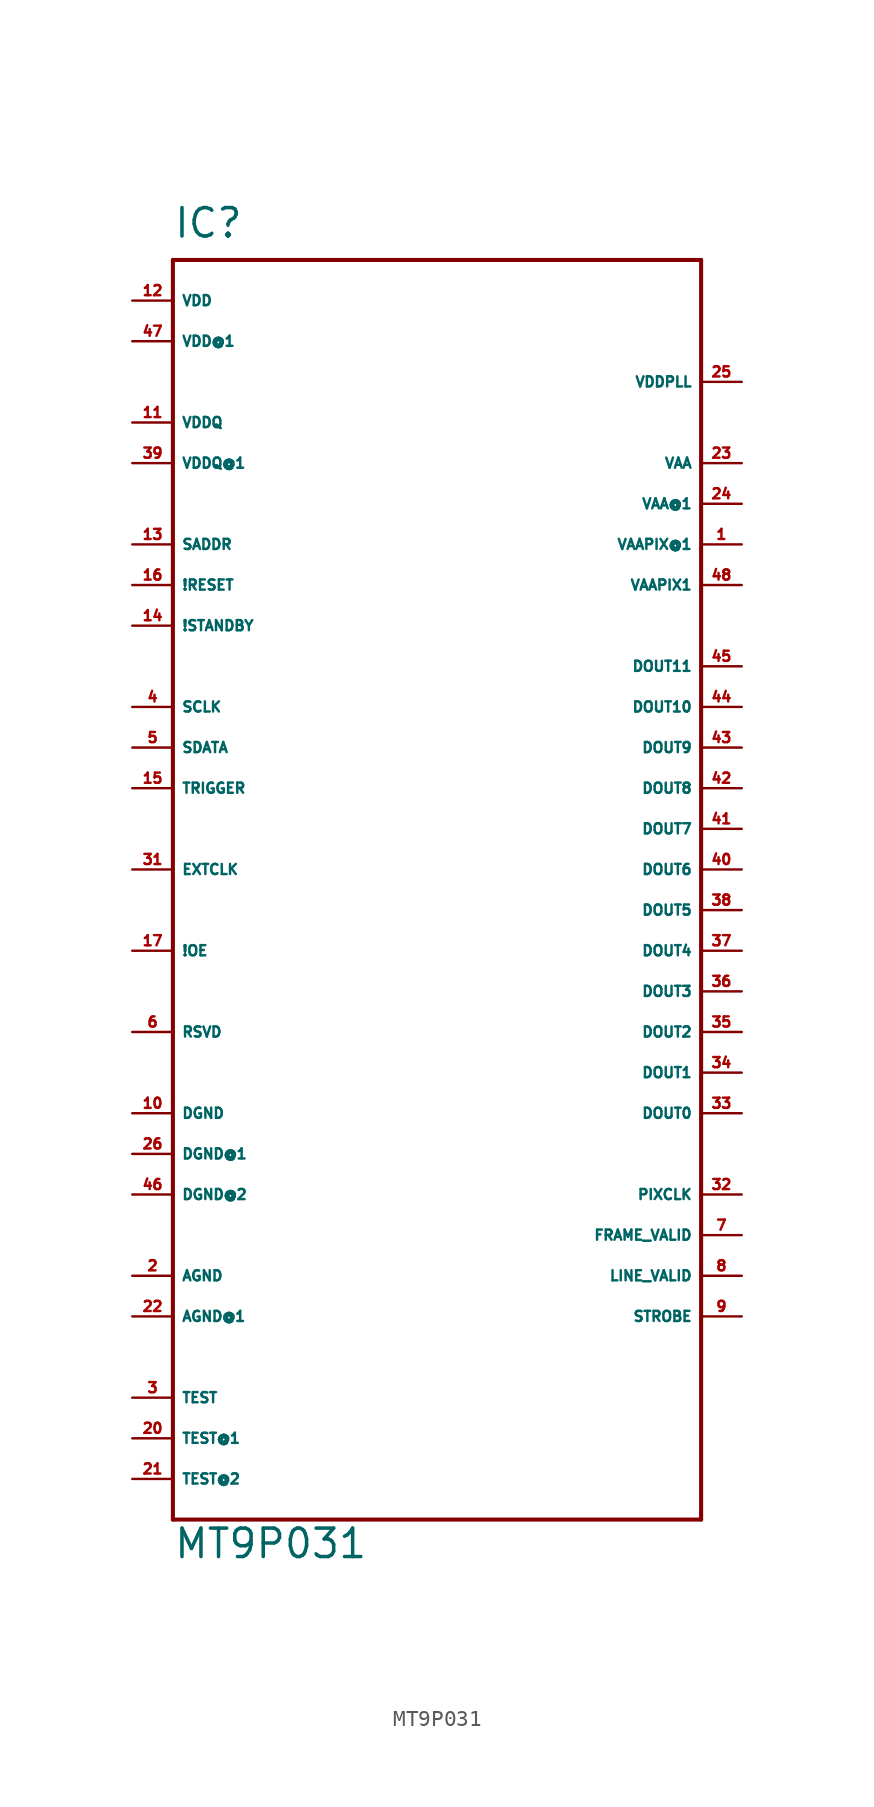
<source format=kicad_sym>
(kicad_symbol_lib
  (version 20220914)
  (generator Eagle2Kicad)
  (symbol "MT9P031"
    (property "Reference" "IC"
      (at -15.24 41.91 0)
      (effects (font (size 1.778 1.778) (thickness 0.22)) (justify left bottom)))
    (property "Value" "MT9P031"
      (at -15.24 -40.64 0)
      (effects (font (size 1.778 1.778) (thickness 0.22)) (justify left bottom)))
    (polyline
      (pts (xy -15.24 40.64) (xy 17.78 40.64))
      (stroke (width 0.254) (type default))
      (fill (type none)))
    (polyline
      (pts (xy 17.78 40.64) (xy 17.78 -38.1))
      (stroke (width 0.254) (type default))
      (fill (type none)))
    (polyline
      (pts (xy 17.78 -38.1) (xy -15.24 -38.1))
      (stroke (width 0.254) (type default))
      (fill (type none)))
    (polyline
      (pts (xy -15.24 -38.1) (xy -15.24 40.64))
      (stroke (width 0.254) (type default))
      (fill (type none)))
    (pin input line
      (at -17.78 22.86 0)
      (length 2.54)
      (name "SADDR" (effects (font (size 0.635 0.635) (thickness 0.08)) (justify left bottom)))
      (number "13" (effects (font (size 0.635 0.635) (thickness 0.08)) (justify left bottom))))
    (pin input line
      (at -17.78 20.32 0)
      (length 2.54)
      (name "!RESET" (effects (font (size 0.635 0.635) (thickness 0.08)) (justify left bottom)))
      (number "16" (effects (font (size 0.635 0.635) (thickness 0.08)) (justify left bottom))))
    (pin input line
      (at -17.78 17.78 0)
      (length 2.54)
      (name "!STANDBY" (effects (font (size 0.635 0.635) (thickness 0.08)) (justify left bottom)))
      (number "14" (effects (font (size 0.635 0.635) (thickness 0.08)) (justify left bottom))))
    (pin input line
      (at -17.78 12.7 0)
      (length 2.54)
      (name "SCLK" (effects (font (size 0.635 0.635) (thickness 0.08)) (justify left bottom)))
      (number "4" (effects (font (size 0.635 0.635) (thickness 0.08)) (justify left bottom))))
    (pin input line
      (at -17.78 10.16 0)
      (length 2.54)
      (name "SDATA" (effects (font (size 0.635 0.635) (thickness 0.08)) (justify left bottom)))
      (number "5" (effects (font (size 0.635 0.635) (thickness 0.08)) (justify left bottom))))
    (pin input line
      (at -17.78 7.62 0)
      (length 2.54)
      (name "TRIGGER" (effects (font (size 0.635 0.635) (thickness 0.08)) (justify left bottom)))
      (number "15" (effects (font (size 0.635 0.635) (thickness 0.08)) (justify left bottom))))
    (pin input line
      (at -17.78 2.54 0)
      (length 2.54)
      (name "EXTCLK" (effects (font (size 0.635 0.635) (thickness 0.08)) (justify left bottom)))
      (number "31" (effects (font (size 0.635 0.635) (thickness 0.08)) (justify left bottom))))
    (pin input line
      (at -17.78 -2.54 0)
      (length 2.54)
      (name "!OE" (effects (font (size 0.635 0.635) (thickness 0.08)) (justify left bottom)))
      (number "17" (effects (font (size 0.635 0.635) (thickness 0.08)) (justify left bottom))))
    (pin input line
      (at -17.78 -7.62 0)
      (length 2.54)
      (name "RSVD" (effects (font (size 0.635 0.635) (thickness 0.08)) (justify left bottom)))
      (number "6" (effects (font (size 0.635 0.635) (thickness 0.08)) (justify left bottom))))
    (pin unspecified line
      (at -17.78 -12.7 0)
      (length 2.54)
      (name "DGND" (effects (font (size 0.635 0.635) (thickness 0.08)) (justify left bottom)))
      (number "10" (effects (font (size 0.635 0.635) (thickness 0.08)) (justify left bottom))))
    (pin unspecified line
      (at -17.78 -22.86 0)
      (length 2.54)
      (name "AGND" (effects (font (size 0.635 0.635) (thickness 0.08)) (justify left bottom)))
      (number "2" (effects (font (size 0.635 0.635) (thickness 0.08)) (justify left bottom))))
    (pin input line
      (at -17.78 -30.48 0)
      (length 2.54)
      (name "TEST" (effects (font (size 0.635 0.635) (thickness 0.08)) (justify left bottom)))
      (number "3" (effects (font (size 0.635 0.635) (thickness 0.08)) (justify left bottom))))
    (pin unspecified line
      (at -17.78 38.1 0)
      (length 2.54)
      (name "VDD" (effects (font (size 0.635 0.635) (thickness 0.08)) (justify left bottom)))
      (number "12" (effects (font (size 0.635 0.635) (thickness 0.08)) (justify left bottom))))
    (pin unspecified line
      (at -17.78 30.48 0)
      (length 2.54)
      (name "VDDQ" (effects (font (size 0.635 0.635) (thickness 0.08)) (justify left bottom)))
      (number "11" (effects (font (size 0.635 0.635) (thickness 0.08)) (justify left bottom))))
    (pin unspecified line
      (at 20.32 33.02 180)
      (length 2.54)
      (name "VDDPLL" (effects (font (size 0.635 0.635) (thickness 0.08)) (justify left bottom)))
      (number "25" (effects (font (size 0.635 0.635) (thickness 0.08)) (justify left bottom))))
    (pin unspecified line
      (at 20.32 22.86 180)
      (length 2.54)
      (name "VAAPIX@1" (effects (font (size 0.635 0.635) (thickness 0.08)) (justify left bottom)))
      (number "1" (effects (font (size 0.635 0.635) (thickness 0.08)) (justify left bottom))))
    (pin unspecified line
      (at 20.32 27.94 180)
      (length 2.54)
      (name "VAA" (effects (font (size 0.635 0.635) (thickness 0.08)) (justify left bottom)))
      (number "23" (effects (font (size 0.635 0.635) (thickness 0.08)) (justify left bottom))))
    (pin output line
      (at 20.32 -12.7 180)
      (length 2.54)
      (name "DOUT0" (effects (font (size 0.635 0.635) (thickness 0.08)) (justify left bottom)))
      (number "33" (effects (font (size 0.635 0.635) (thickness 0.08)) (justify left bottom))))
    (pin output line
      (at 20.32 -10.16 180)
      (length 2.54)
      (name "DOUT1" (effects (font (size 0.635 0.635) (thickness 0.08)) (justify left bottom)))
      (number "34" (effects (font (size 0.635 0.635) (thickness 0.08)) (justify left bottom))))
    (pin output line
      (at 20.32 -7.62 180)
      (length 2.54)
      (name "DOUT2" (effects (font (size 0.635 0.635) (thickness 0.08)) (justify left bottom)))
      (number "35" (effects (font (size 0.635 0.635) (thickness 0.08)) (justify left bottom))))
    (pin output line
      (at 20.32 -5.08 180)
      (length 2.54)
      (name "DOUT3" (effects (font (size 0.635 0.635) (thickness 0.08)) (justify left bottom)))
      (number "36" (effects (font (size 0.635 0.635) (thickness 0.08)) (justify left bottom))))
    (pin output line
      (at 20.32 -2.54 180)
      (length 2.54)
      (name "DOUT4" (effects (font (size 0.635 0.635) (thickness 0.08)) (justify left bottom)))
      (number "37" (effects (font (size 0.635 0.635) (thickness 0.08)) (justify left bottom))))
    (pin output line
      (at 20.32 0 180)
      (length 2.54)
      (name "DOUT5" (effects (font (size 0.635 0.635) (thickness 0.08)) (justify left bottom)))
      (number "38" (effects (font (size 0.635 0.635) (thickness 0.08)) (justify left bottom))))
    (pin output line
      (at 20.32 2.54 180)
      (length 2.54)
      (name "DOUT6" (effects (font (size 0.635 0.635) (thickness 0.08)) (justify left bottom)))
      (number "40" (effects (font (size 0.635 0.635) (thickness 0.08)) (justify left bottom))))
    (pin output line
      (at 20.32 5.08 180)
      (length 2.54)
      (name "DOUT7" (effects (font (size 0.635 0.635) (thickness 0.08)) (justify left bottom)))
      (number "41" (effects (font (size 0.635 0.635) (thickness 0.08)) (justify left bottom))))
    (pin output line
      (at 20.32 7.62 180)
      (length 2.54)
      (name "DOUT8" (effects (font (size 0.635 0.635) (thickness 0.08)) (justify left bottom)))
      (number "42" (effects (font (size 0.635 0.635) (thickness 0.08)) (justify left bottom))))
    (pin output line
      (at 20.32 10.16 180)
      (length 2.54)
      (name "DOUT9" (effects (font (size 0.635 0.635) (thickness 0.08)) (justify left bottom)))
      (number "43" (effects (font (size 0.635 0.635) (thickness 0.08)) (justify left bottom))))
    (pin output line
      (at 20.32 12.7 180)
      (length 2.54)
      (name "DOUT10" (effects (font (size 0.635 0.635) (thickness 0.08)) (justify left bottom)))
      (number "44" (effects (font (size 0.635 0.635) (thickness 0.08)) (justify left bottom))))
    (pin output line
      (at 20.32 15.24 180)
      (length 2.54)
      (name "DOUT11" (effects (font (size 0.635 0.635) (thickness 0.08)) (justify left bottom)))
      (number "45" (effects (font (size 0.635 0.635) (thickness 0.08)) (justify left bottom))))
    (pin output line
      (at 20.32 -17.78 180)
      (length 2.54)
      (name "PIXCLK" (effects (font (size 0.635 0.635) (thickness 0.08)) (justify left bottom)))
      (number "32" (effects (font (size 0.635 0.635) (thickness 0.08)) (justify left bottom))))
    (pin output line
      (at 20.32 -20.32 180)
      (length 2.54)
      (name "FRAME_VALID" (effects (font (size 0.635 0.635) (thickness 0.08)) (justify left bottom)))
      (number "7" (effects (font (size 0.635 0.635) (thickness 0.08)) (justify left bottom))))
    (pin output line
      (at 20.32 -22.86 180)
      (length 2.54)
      (name "LINE_VALID" (effects (font (size 0.635 0.635) (thickness 0.08)) (justify left bottom)))
      (number "8" (effects (font (size 0.635 0.635) (thickness 0.08)) (justify left bottom))))
    (pin output line
      (at 20.32 -25.4 180)
      (length 2.54)
      (name "STROBE" (effects (font (size 0.635 0.635) (thickness 0.08)) (justify left bottom)))
      (number "9" (effects (font (size 0.635 0.635) (thickness 0.08)) (justify left bottom))))
    (pin unspecified line
      (at 20.32 25.4 180)
      (length 2.54)
      (name "VAA@1" (effects (font (size 0.635 0.635) (thickness 0.08)) (justify left bottom)))
      (number "24" (effects (font (size 0.635 0.635) (thickness 0.08)) (justify left bottom))))
    (pin input line
      (at -17.78 -33.02 0)
      (length 2.54)
      (name "TEST@1" (effects (font (size 0.635 0.635) (thickness 0.08)) (justify left bottom)))
      (number "20" (effects (font (size 0.635 0.635) (thickness 0.08)) (justify left bottom))))
    (pin unspecified line
      (at -17.78 -15.24 0)
      (length 2.54)
      (name "DGND@1" (effects (font (size 0.635 0.635) (thickness 0.08)) (justify left bottom)))
      (number "26" (effects (font (size 0.635 0.635) (thickness 0.08)) (justify left bottom))))
    (pin unspecified line
      (at -17.78 -25.4 0)
      (length 2.54)
      (name "AGND@1" (effects (font (size 0.635 0.635) (thickness 0.08)) (justify left bottom)))
      (number "22" (effects (font (size 0.635 0.635) (thickness 0.08)) (justify left bottom))))
    (pin unspecified line
      (at -17.78 -17.78 0)
      (length 2.54)
      (name "DGND@2" (effects (font (size 0.635 0.635) (thickness 0.08)) (justify left bottom)))
      (number "46" (effects (font (size 0.635 0.635) (thickness 0.08)) (justify left bottom))))
    (pin unspecified line
      (at -17.78 27.94 0)
      (length 2.54)
      (name "VDDQ@1" (effects (font (size 0.635 0.635) (thickness 0.08)) (justify left bottom)))
      (number "39" (effects (font (size 0.635 0.635) (thickness 0.08)) (justify left bottom))))
    (pin input line
      (at -17.78 -35.56 0)
      (length 2.54)
      (name "TEST@2" (effects (font (size 0.635 0.635) (thickness 0.08)) (justify left bottom)))
      (number "21" (effects (font (size 0.635 0.635) (thickness 0.08)) (justify left bottom))))
    (pin unspecified line
      (at -17.78 35.56 0)
      (length 2.54)
      (name "VDD@1" (effects (font (size 0.635 0.635) (thickness 0.08)) (justify left bottom)))
      (number "47" (effects (font (size 0.635 0.635) (thickness 0.08)) (justify left bottom))))
    (pin unspecified line
      (at 20.32 20.32 180)
      (length 2.54)
      (name "VAAPIX1" (effects (font (size 0.635 0.635) (thickness 0.08)) (justify left bottom)))
      (number "48" (effects (font (size 0.635 0.635) (thickness 0.08)) (justify left bottom))))))
</source>
